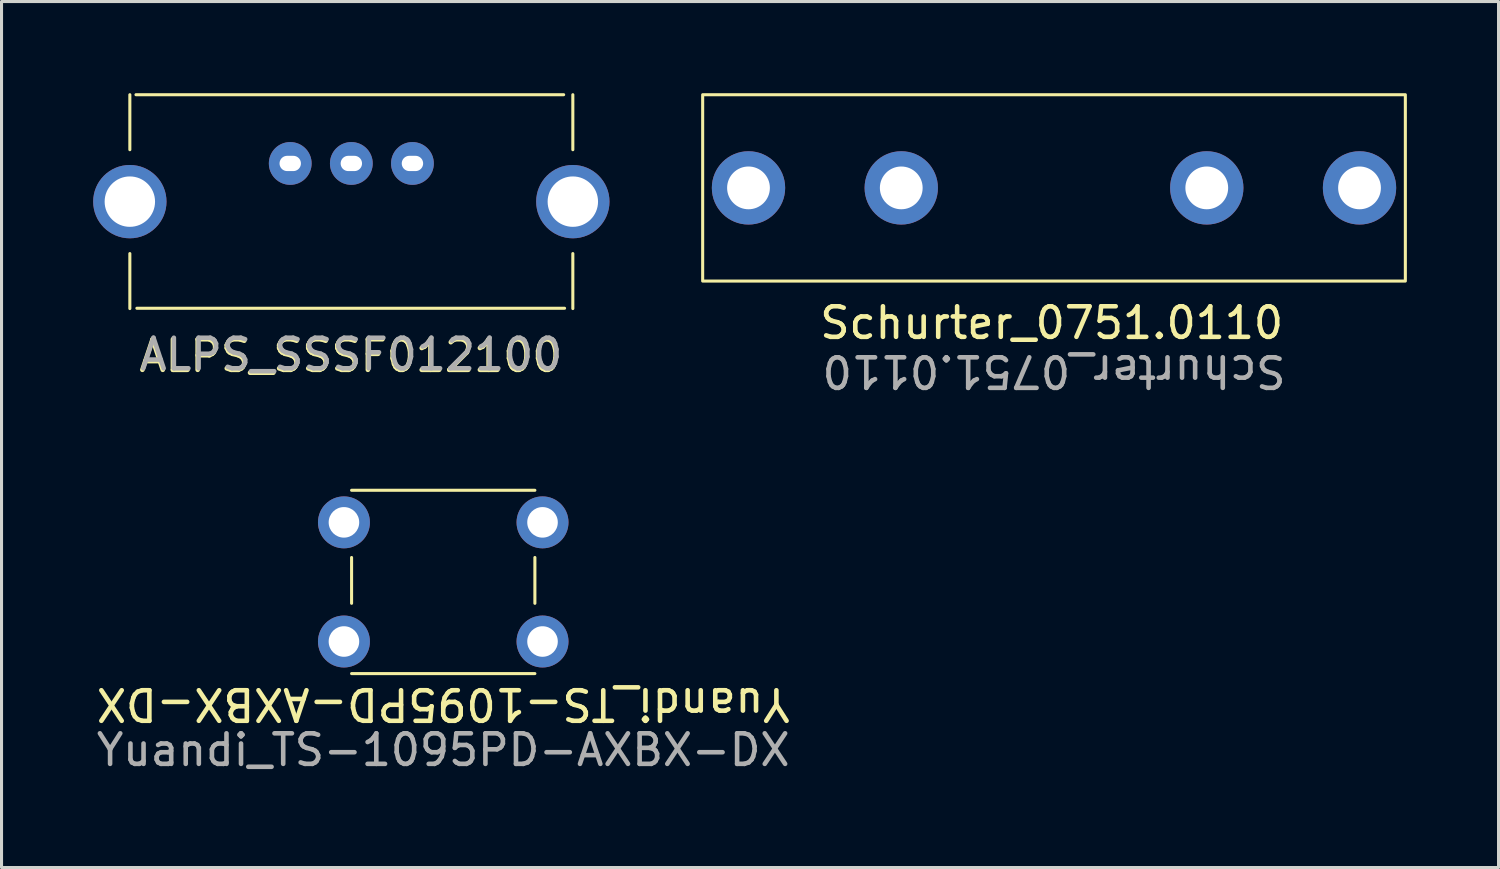
<source format=kicad_pcb>
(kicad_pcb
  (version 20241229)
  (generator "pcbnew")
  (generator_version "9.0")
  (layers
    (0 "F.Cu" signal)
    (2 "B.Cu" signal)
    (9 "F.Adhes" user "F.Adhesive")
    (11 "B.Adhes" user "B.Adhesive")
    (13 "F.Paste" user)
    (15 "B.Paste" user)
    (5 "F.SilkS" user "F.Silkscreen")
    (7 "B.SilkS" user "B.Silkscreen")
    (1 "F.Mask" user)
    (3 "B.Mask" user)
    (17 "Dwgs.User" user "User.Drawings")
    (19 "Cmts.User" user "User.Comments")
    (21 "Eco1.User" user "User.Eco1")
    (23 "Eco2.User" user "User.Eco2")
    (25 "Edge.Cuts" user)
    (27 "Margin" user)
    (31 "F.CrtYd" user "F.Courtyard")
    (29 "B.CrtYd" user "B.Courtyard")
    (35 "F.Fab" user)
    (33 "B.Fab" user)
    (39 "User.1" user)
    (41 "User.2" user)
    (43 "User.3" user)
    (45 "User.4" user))
  (footprint "ALPS_SSSF012100"
    (layer "F.Cu")
    (at 8.45 3.55)
    (property "Reference" "ALPS_SSSF012100" (at -0.03 5.05 0) (unlocked yes) (layer "F.SilkS") (effects (font (size 1 1) (thickness 0.15))))
    (attr through_hole)
    (fp_line (start -7.25 -3.5) (end -7.25 -1.7) (stroke (width 0.1) (type default)) (layer "F.SilkS"))
    (fp_line (start -7.25 3.5) (end -7.25 1.7) (stroke (width 0.1) (type default)) (layer "F.SilkS"))
    (fp_line (start -7.05 -3.5) (end 6.95 -3.5) (stroke (width 0.1) (type default)) (layer "F.SilkS"))
    (fp_line (start -7.02 3.49) (end 6.98 3.49) (stroke (width 0.1) (type default)) (layer "F.SilkS"))
    (fp_line (start 7.25 -3.5) (end 7.25 -1.7) (stroke (width 0.1) (type default)) (layer "F.SilkS"))
    (fp_line (start 7.25 3.5) (end 7.25 1.7) (stroke (width 0.1) (type default)) (layer "F.SilkS"))
    (fp_text user "${REFERENCE}" (at 0 5 0) (unlocked yes) (layer "F.Fab") (effects (font (size 1 1) (thickness 0.15))))
    (pad "" np_thru_hole circle (at -7.25 0) (size 2.4 2.4) (drill 1.65) (layers "*.Cu" "*.Mask"))
    (pad "" np_thru_hole circle (at 7.25 0) (size 2.4 2.4) (drill 1.65) (layers "*.Cu" "*.Mask"))
    (pad "1" thru_hole circle (at -2 -1.25) (size 1.4 1.4) (drill oval 0.7 0.5) (layers "*.Cu" "*.Mask"))
    (pad "2" thru_hole circle (at 0 -1.25) (size 1.4 1.4) (drill oval 0.7 0.5) (layers "*.Cu" "*.Mask"))
    (pad "3" thru_hole circle (at 2 -1.25) (size 1.4 1.4) (drill oval 0.7 0.5) (layers "*.Cu" "*.Mask")))
  (footprint "Schurter_0751.0110"
    (layer "F.Cu")
    (at 31.45 3.1)
    (property "Reference" "Schurter_0751.0110" (at -0.076 4.42 0) (unlocked yes) (layer "F.SilkS") (effects (font (size 1 1) (thickness 0.15))))
    (attr through_hole)
    (fp_rect (start 11.5 3.05) (end -11.5 -3.05) (stroke (width 0.1) (type default)) (fill no) (layer "F.SilkS"))
    (fp_text user "${REFERENCE}" (at 0 6 180) (unlocked yes) (layer "F.Fab") (effects (font (size 1 1) (thickness 0.15))))
    (pad "1" thru_hole circle (at -10 0 180) (size 2.4 2.4) (drill 1.4) (layers "*.Cu" "*.Mask"))
    (pad "1" thru_hole circle (at -5 0 180) (size 2.4 2.4) (drill 1.4) (layers "*.Cu" "*.Mask"))
    (pad "2" thru_hole circle (at 5 0 180) (size 2.4 2.4) (drill 1.4) (layers "*.Cu" "*.Mask"))
    (pad "2" thru_hole circle (at 10 0 180) (size 2.4 2.4) (drill 1.4) (layers "*.Cu" "*.Mask")))
  (footprint "Yuandi_TS-1095PD-AXBX-DX"
    (layer "F.Cu")
    (at 11.458 15.998)
    (property "Reference" "Yuandi_TS-1095PD-AXBX-DX" (at 0 4 180) (unlocked yes) (layer "F.SilkS") (effects (font (size 1 1) (thickness 0.15))))
    (attr through_hole)
    (fp_line (start -3 -3) (end 3 -3) (stroke (width 0.1) (type default)) (layer "F.SilkS"))
    (fp_line (start -3 -0.8) (end -3 0.7) (stroke (width 0.1) (type default)) (layer "F.SilkS"))
    (fp_line (start -3 3) (end 3 3) (stroke (width 0.1) (type default)) (layer "F.SilkS"))
    (fp_line (start 3 -0.8) (end 3 0.7) (stroke (width 0.1) (type default)) (layer "F.SilkS"))
    (fp_text user "${REFERENCE}" (at 0 5.5 0) (unlocked yes) (layer "F.Fab") (effects (font (size 1 1) (thickness 0.15))))
    (pad "1" thru_hole circle (at -3.25 -1.95) (size 1.7 1.7) (drill 1) (layers "*.Cu" "*.Mask"))
    (pad "1" thru_hole circle (at 3.25 -1.95) (size 1.7 1.7) (drill 1) (layers "*.Cu" "*.Mask"))
    (pad "2" thru_hole circle (at -3.25 1.95) (size 1.7 1.7) (drill 1) (layers "*.Cu" "*.Mask"))
    (pad "2" thru_hole circle (at 3.25 1.95) (size 1.7 1.7) (drill 1) (layers "*.Cu" "*.Mask")))
  (gr_rect
    (start -3 -3)
    (end 46 25.346)
    (stroke (width 0.1) (type default))
    (fill no)
    (layer "Edge.Cuts")))
</source>
